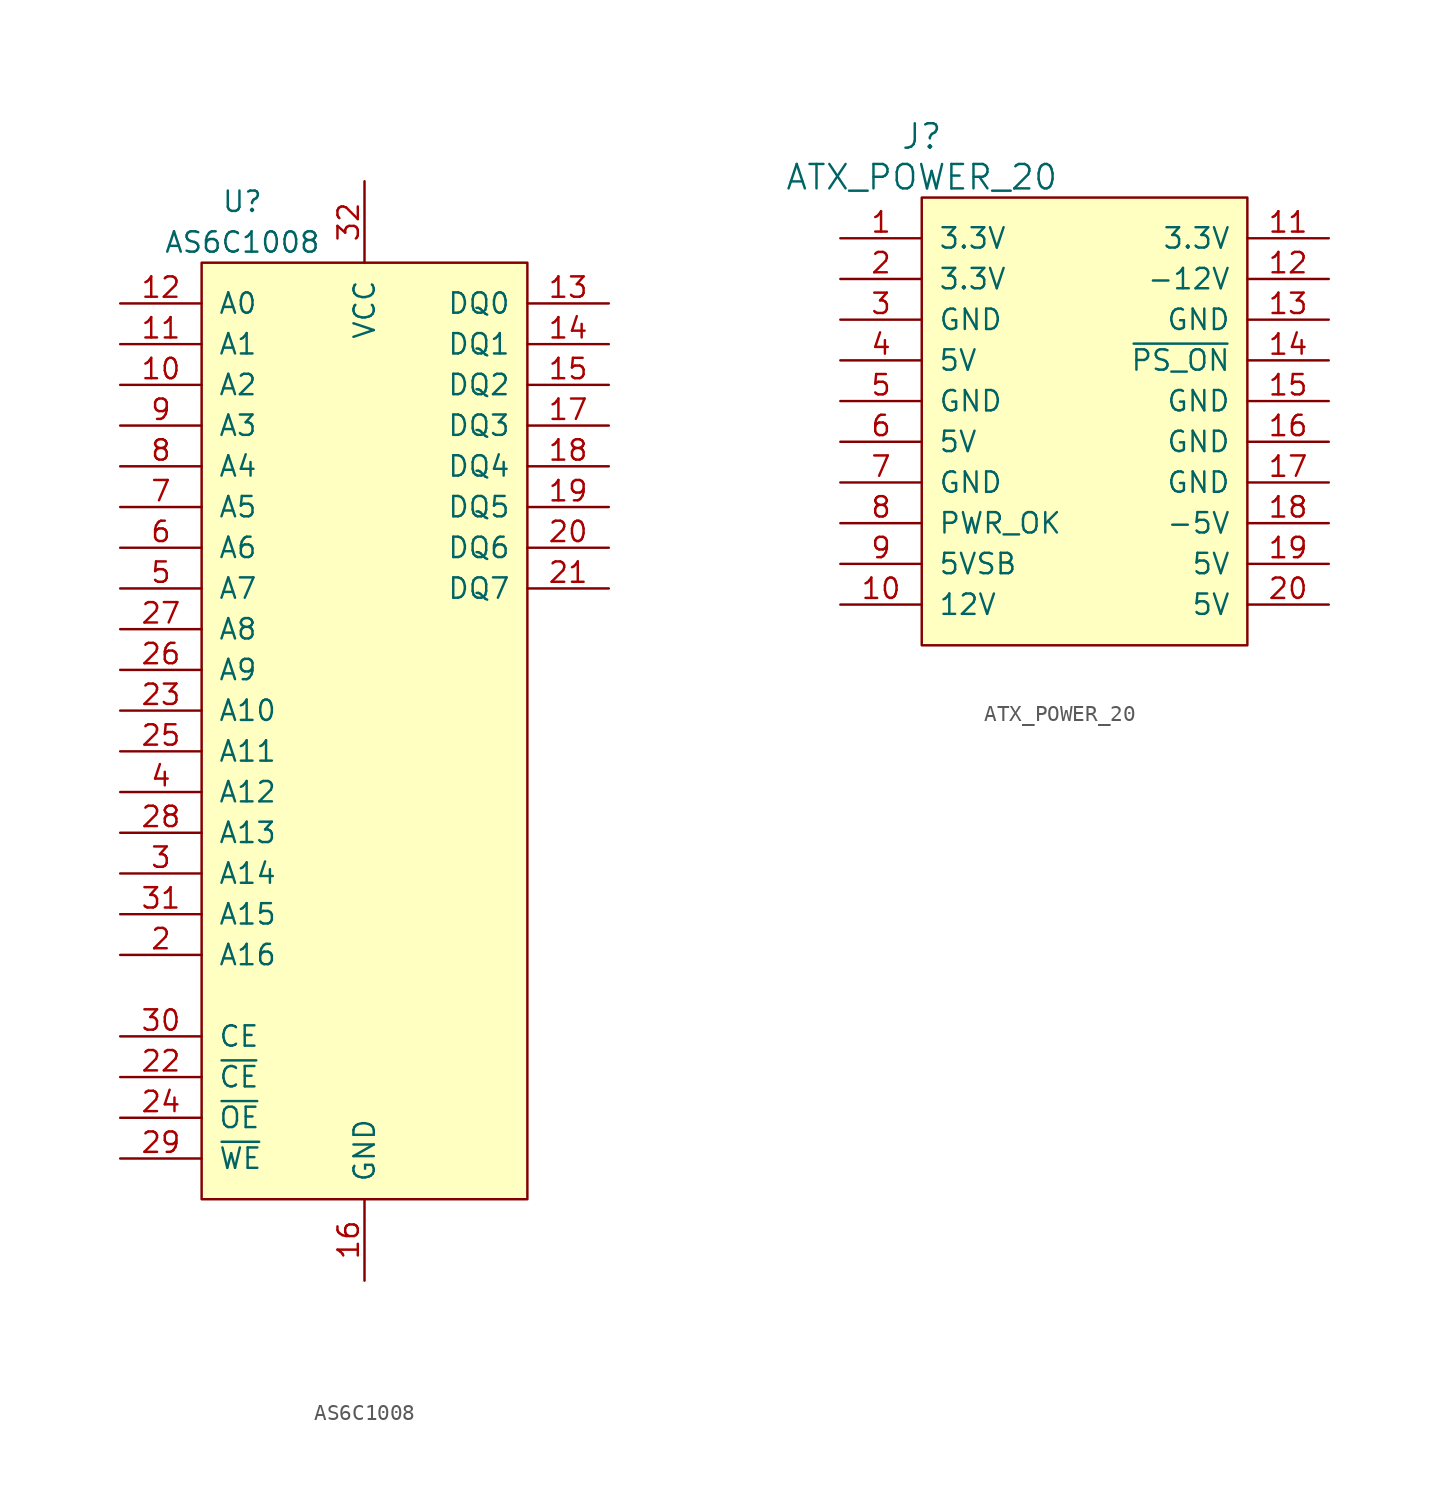
<source format=kicad_sym>
(kicad_symbol_lib
  (version 20211014)
  (generator kicad_symbol_editor)
  (symbol "AS6C1008"
    (pin_names
      (offset 1.016))
    (property "Reference" "U"
      (at -7.62 33.02 0)
      (effects (font (size 1.27 1.27))))
    (property "Value" "AS6C1008"
      (at -7.62 30.48 0)
      (effects (font (size 1.27 1.27))))
    (property "Footprint" ""
      (at 0 -1.27 0)
      (effects (font (size 1.524 1.524))))
    (property "Datasheet" ""
      (at 0 -1.27 0)
      (effects (font (size 1.524 1.524))))
    (symbol "AS6C1008_0_1"
      (rectangle (start 10.16 -29.21) (end -10.16 29.21) (stroke (width 0) (type default) (color 0 0 0 0)) (fill (type background))))
    (symbol "AS6C1008_1_1"
      (pin no_connect line (at -10.16 -16.51 0) (length 0) hide (name "NC" (effects (font (size 1.27 1.27)))) (number "1" (effects (font (size 1.27 1.27)))))
      (pin input line (at -15.24 21.59 0) (length 5.08) (name "A2" (effects (font (size 1.27 1.27)))) (number "10" (effects (font (size 1.27 1.27)))))
      (pin input line (at -15.24 24.13 0) (length 5.08) (name "A1" (effects (font (size 1.27 1.27)))) (number "11" (effects (font (size 1.27 1.27)))))
      (pin input line (at -15.24 26.67 0) (length 5.08) (name "A0" (effects (font (size 1.27 1.27)))) (number "12" (effects (font (size 1.27 1.27)))))
      (pin bidirectional line (at 15.24 26.67 180) (length 5.08) (name "DQ0" (effects (font (size 1.27 1.27)))) (number "13" (effects (font (size 1.27 1.27)))))
      (pin bidirectional line (at 15.24 24.13 180) (length 5.08) (name "DQ1" (effects (font (size 1.27 1.27)))) (number "14" (effects (font (size 1.27 1.27)))))
      (pin bidirectional line (at 15.24 21.59 180) (length 5.08) (name "DQ2" (effects (font (size 1.27 1.27)))) (number "15" (effects (font (size 1.27 1.27)))))
      (pin power_in line (at 0 -34.29 90) (length 5.08) (name "GND" (effects (font (size 1.27 1.27)))) (number "16" (effects (font (size 1.27 1.27)))))
      (pin bidirectional line (at 15.24 19.05 180) (length 5.08) (name "DQ3" (effects (font (size 1.27 1.27)))) (number "17" (effects (font (size 1.27 1.27)))))
      (pin bidirectional line (at 15.24 16.51 180) (length 5.08) (name "DQ4" (effects (font (size 1.27 1.27)))) (number "18" (effects (font (size 1.27 1.27)))))
      (pin bidirectional line (at 15.24 13.97 180) (length 5.08) (name "DQ5" (effects (font (size 1.27 1.27)))) (number "19" (effects (font (size 1.27 1.27)))))
      (pin input line (at -15.24 -13.97 0) (length 5.08) (name "A16" (effects (font (size 1.27 1.27)))) (number "2" (effects (font (size 1.27 1.27)))))
      (pin bidirectional line (at 15.24 11.43 180) (length 5.08) (name "DQ6" (effects (font (size 1.27 1.27)))) (number "20" (effects (font (size 1.27 1.27)))))
      (pin bidirectional line (at 15.24 8.89 180) (length 5.08) (name "DQ7" (effects (font (size 1.27 1.27)))) (number "21" (effects (font (size 1.27 1.27)))))
      (pin input line (at -15.24 -21.59 0) (length 5.08) (name "~{CE}" (effects (font (size 1.27 1.27)))) (number "22" (effects (font (size 1.27 1.27)))))
      (pin input line (at -15.24 1.27 0) (length 5.08) (name "A10" (effects (font (size 1.27 1.27)))) (number "23" (effects (font (size 1.27 1.27)))))
      (pin input line (at -15.24 -24.13 0) (length 5.08) (name "~{OE}" (effects (font (size 1.27 1.27)))) (number "24" (effects (font (size 1.27 1.27)))))
      (pin input line (at -15.24 -1.27 0) (length 5.08) (name "A11" (effects (font (size 1.27 1.27)))) (number "25" (effects (font (size 1.27 1.27)))))
      (pin input line (at -15.24 3.81 0) (length 5.08) (name "A9" (effects (font (size 1.27 1.27)))) (number "26" (effects (font (size 1.27 1.27)))))
      (pin input line (at -15.24 6.35 0) (length 5.08) (name "A8" (effects (font (size 1.27 1.27)))) (number "27" (effects (font (size 1.27 1.27)))))
      (pin input line (at -15.24 -6.35 0) (length 5.08) (name "A13" (effects (font (size 1.27 1.27)))) (number "28" (effects (font (size 1.27 1.27)))))
      (pin input line (at -15.24 -26.67 0) (length 5.08) (name "~{WE}" (effects (font (size 1.27 1.27)))) (number "29" (effects (font (size 1.27 1.27)))))
      (pin input line (at -15.24 -8.89 0) (length 5.08) (name "A14" (effects (font (size 1.27 1.27)))) (number "3" (effects (font (size 1.27 1.27)))))
      (pin input line (at -15.24 -19.05 0) (length 5.08) (name "CE" (effects (font (size 1.27 1.27)))) (number "30" (effects (font (size 1.27 1.27)))))
      (pin input line (at -15.24 -11.43 0) (length 5.08) (name "A15" (effects (font (size 1.27 1.27)))) (number "31" (effects (font (size 1.27 1.27)))))
      (pin power_in line (at 0 34.29 270) (length 5.08) (name "VCC" (effects (font (size 1.27 1.27)))) (number "32" (effects (font (size 1.27 1.27)))))
      (pin input line (at -15.24 -3.81 0) (length 5.08) (name "A12" (effects (font (size 1.27 1.27)))) (number "4" (effects (font (size 1.27 1.27)))))
      (pin input line (at -15.24 8.89 0) (length 5.08) (name "A7" (effects (font (size 1.27 1.27)))) (number "5" (effects (font (size 1.27 1.27)))))
      (pin input line (at -15.24 11.43 0) (length 5.08) (name "A6" (effects (font (size 1.27 1.27)))) (number "6" (effects (font (size 1.27 1.27)))))
      (pin input line (at -15.24 13.97 0) (length 5.08) (name "A5" (effects (font (size 1.27 1.27)))) (number "7" (effects (font (size 1.27 1.27)))))
      (pin input line (at -15.24 16.51 0) (length 5.08) (name "A4" (effects (font (size 1.27 1.27)))) (number "8" (effects (font (size 1.27 1.27)))))
      (pin input line (at -15.24 19.05 0) (length 5.08) (name "A3" (effects (font (size 1.27 1.27)))) (number "9" (effects (font (size 1.27 1.27)))))))
  (symbol "ATX_POWER_20"
    (pin_names
      (offset 1.016))
    (property "Reference" "J"
      (at -10.16 17.78 0)
      (effects (font (size 1.524 1.524))))
    (property "Value" "ATX_POWER_20"
      (at -10.16 15.24 0)
      (effects (font (size 1.524 1.524))))
    (property "Footprint" ""
      (at 0 0 0)
      (effects (font (size 1.524 1.524))))
    (property "Datasheet" ""
      (at 0 0 0)
      (effects (font (size 1.524 1.524))))
    (symbol "ATX_POWER_20_0_1"
      (rectangle (start -10.16 13.97) (end 10.16 -13.97) (stroke (width 0) (type default) (color 0 0 0 0)) (fill (type background))))
    (symbol "ATX_POWER_20_1_1"
      (pin power_out line (at -15.24 11.43 0) (length 5.08) (name "3.3V" (effects (font (size 1.27 1.27)))) (number "1" (effects (font (size 1.27 1.27)))))
      (pin power_out line (at -15.24 -11.43 0) (length 5.08) (name "12V" (effects (font (size 1.27 1.27)))) (number "10" (effects (font (size 1.27 1.27)))))
      (pin power_in line (at 15.24 11.43 180) (length 5.08) (name "3.3V" (effects (font (size 1.27 1.27)))) (number "11" (effects (font (size 1.27 1.27)))))
      (pin power_out line (at 15.24 8.89 180) (length 5.08) (name "-12V" (effects (font (size 1.27 1.27)))) (number "12" (effects (font (size 1.27 1.27)))))
      (pin power_in line (at 15.24 6.35 180) (length 5.08) (name "GND" (effects (font (size 1.27 1.27)))) (number "13" (effects (font (size 1.27 1.27)))))
      (pin input line (at 15.24 3.81 180) (length 5.08) (name "~{PS_ON}" (effects (font (size 1.27 1.27)))) (number "14" (effects (font (size 1.27 1.27)))))
      (pin power_in line (at 15.24 1.27 180) (length 5.08) (name "GND" (effects (font (size 1.27 1.27)))) (number "15" (effects (font (size 1.27 1.27)))))
      (pin power_in line (at 15.24 -1.27 180) (length 5.08) (name "GND" (effects (font (size 1.27 1.27)))) (number "16" (effects (font (size 1.27 1.27)))))
      (pin power_in line (at 15.24 -3.81 180) (length 5.08) (name "GND" (effects (font (size 1.27 1.27)))) (number "17" (effects (font (size 1.27 1.27)))))
      (pin power_out line (at 15.24 -6.35 180) (length 5.08) (name "-5V" (effects (font (size 1.27 1.27)))) (number "18" (effects (font (size 1.27 1.27)))))
      (pin power_in line (at 15.24 -8.89 180) (length 5.08) (name "5V" (effects (font (size 1.27 1.27)))) (number "19" (effects (font (size 1.27 1.27)))))
      (pin power_in line (at -15.24 8.89 0) (length 5.08) (name "3.3V" (effects (font (size 1.27 1.27)))) (number "2" (effects (font (size 1.27 1.27)))))
      (pin power_in line (at 15.24 -11.43 180) (length 5.08) (name "5V" (effects (font (size 1.27 1.27)))) (number "20" (effects (font (size 1.27 1.27)))))
      (pin power_out line (at -15.24 6.35 0) (length 5.08) (name "GND" (effects (font (size 1.27 1.27)))) (number "3" (effects (font (size 1.27 1.27)))))
      (pin power_out line (at -15.24 3.81 0) (length 5.08) (name "5V" (effects (font (size 1.27 1.27)))) (number "4" (effects (font (size 1.27 1.27)))))
      (pin power_in line (at -15.24 1.27 0) (length 5.08) (name "GND" (effects (font (size 1.27 1.27)))) (number "5" (effects (font (size 1.27 1.27)))))
      (pin power_in line (at -15.24 -1.27 0) (length 5.08) (name "5V" (effects (font (size 1.27 1.27)))) (number "6" (effects (font (size 1.27 1.27)))))
      (pin power_in line (at -15.24 -3.81 0) (length 5.08) (name "GND" (effects (font (size 1.27 1.27)))) (number "7" (effects (font (size 1.27 1.27)))))
      (pin output line (at -15.24 -6.35 0) (length 5.08) (name "PWR_OK" (effects (font (size 1.27 1.27)))) (number "8" (effects (font (size 1.27 1.27)))))
      (pin power_out line (at -15.24 -8.89 0) (length 5.08) (name "5VSB" (effects (font (size 1.27 1.27)))) (number "9" (effects (font (size 1.27 1.27))))))))
</source>
